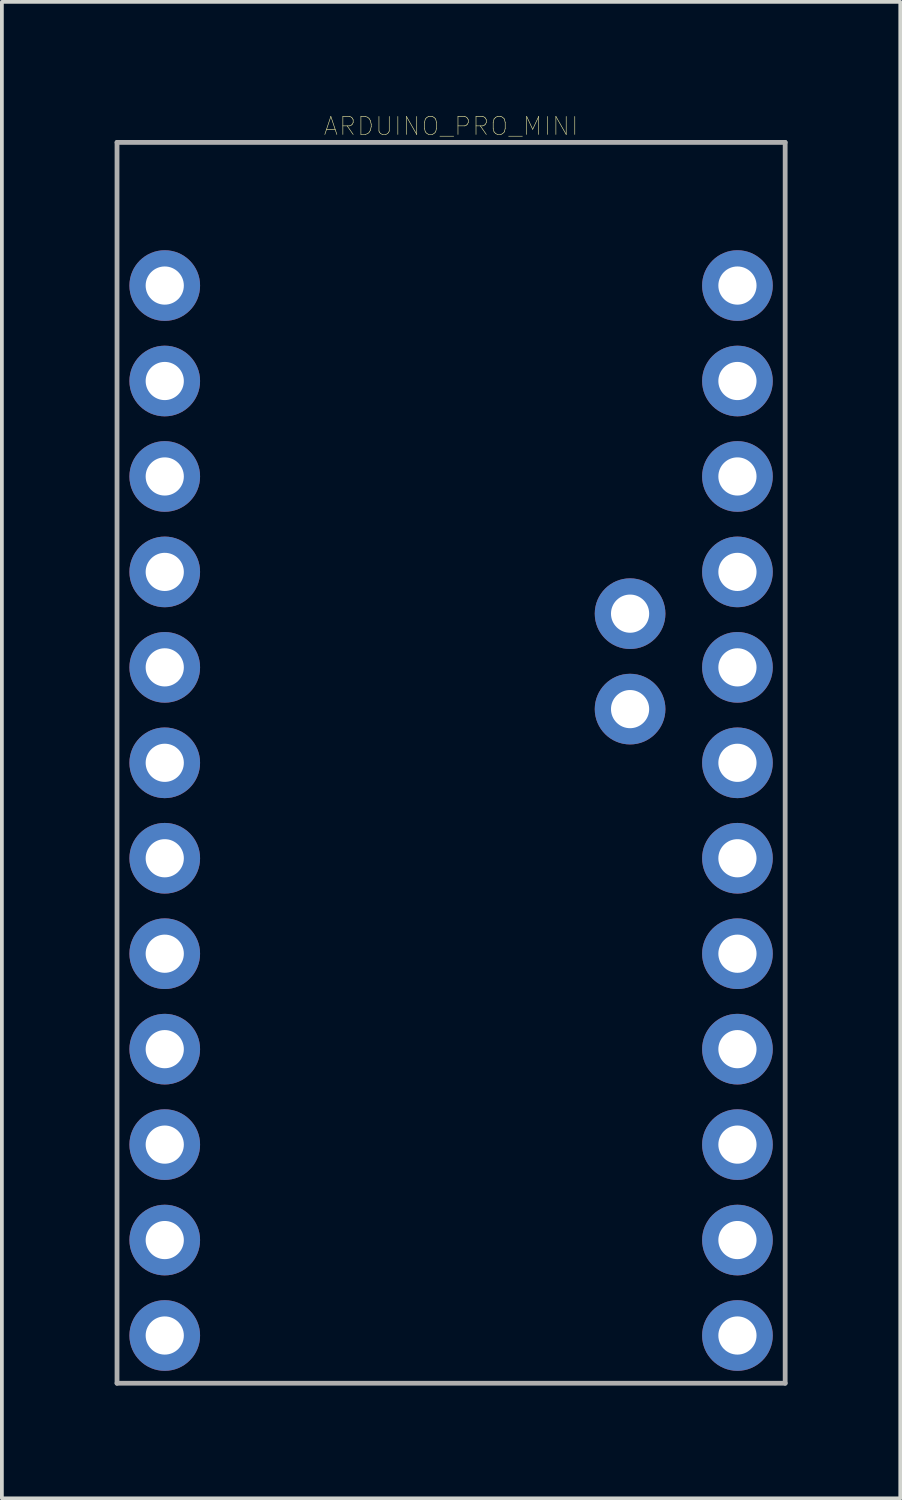
<source format=kicad_pcb>
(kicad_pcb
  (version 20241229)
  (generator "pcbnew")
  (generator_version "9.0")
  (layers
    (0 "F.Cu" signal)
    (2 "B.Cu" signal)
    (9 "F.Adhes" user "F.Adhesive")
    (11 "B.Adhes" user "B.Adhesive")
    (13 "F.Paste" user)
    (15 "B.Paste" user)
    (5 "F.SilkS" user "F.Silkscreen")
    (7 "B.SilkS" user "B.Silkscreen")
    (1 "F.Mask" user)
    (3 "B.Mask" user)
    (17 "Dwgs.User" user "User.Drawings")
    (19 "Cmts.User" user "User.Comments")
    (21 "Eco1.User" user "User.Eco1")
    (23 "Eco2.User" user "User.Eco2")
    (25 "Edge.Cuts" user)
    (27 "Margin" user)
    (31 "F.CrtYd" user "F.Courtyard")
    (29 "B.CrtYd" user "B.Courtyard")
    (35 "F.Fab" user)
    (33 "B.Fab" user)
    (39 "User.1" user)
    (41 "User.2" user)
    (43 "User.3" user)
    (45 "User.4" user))
  (footprint "ARDUINO_PRO_MINI"
    (layer "F.Cu")
    (at 8.954 17.249)
    (property "Reference" "ARDUINO_PRO_MINI" (at 0 -16.942 0) (layer "F.SilkS") (effects (font (size 0.48 0.48) (thickness 0.015))))
    (attr through_hole)
    (fp_line (start -8.89 -16.51) (end -8.89 16.51) (stroke (width 0.127) (type solid)) (layer "F.Fab"))
    (fp_line (start -8.89 16.51) (end 8.89 16.51) (stroke (width 0.127) (type solid)) (layer "F.Fab"))
    (fp_line (start 8.89 -16.51) (end -8.89 -16.51) (stroke (width 0.127) (type solid)) (layer "F.Fab"))
    (fp_line (start 8.89 16.51) (end 8.89 -16.51) (stroke (width 0.127) (type solid)) (layer "F.Fab"))
    (pad "1" thru_hole circle (at -7.62 -12.7) (size 1.88 1.88) (drill 1.016) (layers "*.Cu" "*.Mask"))
    (pad "2" thru_hole circle (at -7.62 -10.16) (size 1.88 1.88) (drill 1.016) (layers "*.Cu" "*.Mask"))
    (pad "3" thru_hole circle (at -7.62 -7.62) (size 1.88 1.88) (drill 1.016) (layers "*.Cu" "*.Mask"))
    (pad "4" thru_hole circle (at -7.62 -5.08) (size 1.88 1.88) (drill 1.016) (layers "*.Cu" "*.Mask"))
    (pad "5" thru_hole circle (at -7.62 -2.54) (size 1.88 1.88) (drill 1.016) (layers "*.Cu" "*.Mask"))
    (pad "6" thru_hole circle (at -7.62 0) (size 1.88 1.88) (drill 1.016) (layers "*.Cu" "*.Mask"))
    (pad "7" thru_hole circle (at -7.62 2.54) (size 1.88 1.88) (drill 1.016) (layers "*.Cu" "*.Mask"))
    (pad "8" thru_hole circle (at -7.62 5.08) (size 1.88 1.88) (drill 1.016) (layers "*.Cu" "*.Mask"))
    (pad "9" thru_hole circle (at -7.62 7.62) (size 1.88 1.88) (drill 1.016) (layers "*.Cu" "*.Mask"))
    (pad "10" thru_hole circle (at -7.62 10.16) (size 1.88 1.88) (drill 1.016) (layers "*.Cu" "*.Mask"))
    (pad "11" thru_hole circle (at -7.62 12.7) (size 1.88 1.88) (drill 1.016) (layers "*.Cu" "*.Mask"))
    (pad "12" thru_hole circle (at -7.62 15.24) (size 1.88 1.88) (drill 1.016) (layers "*.Cu" "*.Mask"))
    (pad "13" thru_hole circle (at 7.62 15.24) (size 1.88 1.88) (drill 1.016) (layers "*.Cu" "*.Mask"))
    (pad "14" thru_hole circle (at 7.62 12.7) (size 1.88 1.88) (drill 1.016) (layers "*.Cu" "*.Mask"))
    (pad "15" thru_hole circle (at 7.62 10.16) (size 1.88 1.88) (drill 1.016) (layers "*.Cu" "*.Mask"))
    (pad "16" thru_hole circle (at 7.62 7.62) (size 1.88 1.88) (drill 1.016) (layers "*.Cu" "*.Mask"))
    (pad "17" thru_hole circle (at 7.62 5.08) (size 1.88 1.88) (drill 1.016) (layers "*.Cu" "*.Mask"))
    (pad "18" thru_hole circle (at 7.62 2.54) (size 1.88 1.88) (drill 1.016) (layers "*.Cu" "*.Mask"))
    (pad "19" thru_hole circle (at 7.62 0) (size 1.88 1.88) (drill 1.016) (layers "*.Cu" "*.Mask"))
    (pad "20" thru_hole circle (at 7.62 -2.54) (size 1.88 1.88) (drill 1.016) (layers "*.Cu" "*.Mask"))
    (pad "21" thru_hole circle (at 7.62 -5.08) (size 1.88 1.88) (drill 1.016) (layers "*.Cu" "*.Mask"))
    (pad "22" thru_hole circle (at 7.62 -7.62) (size 1.88 1.88) (drill 1.016) (layers "*.Cu" "*.Mask"))
    (pad "23" thru_hole circle (at 7.62 -10.16) (size 1.88 1.88) (drill 1.016) (layers "*.Cu" "*.Mask"))
    (pad "24" thru_hole circle (at 7.62 -12.7) (size 1.88 1.88) (drill 1.016) (layers "*.Cu" "*.Mask"))
    (pad "A4" thru_hole circle (at 4.763 -1.429) (size 1.88 1.88) (drill 1.016) (layers "*.Cu" "*.Mask"))
    (pad "A5" thru_hole circle (at 4.763 -3.969) (size 1.88 1.88) (drill 1.016) (layers "*.Cu" "*.Mask")))
  (gr_rect
    (start -3 -3)
    (end 20.907 36.822)
    (stroke (width 0.1) (type default))
    (fill no)
    (layer "Edge.Cuts")))
</source>
